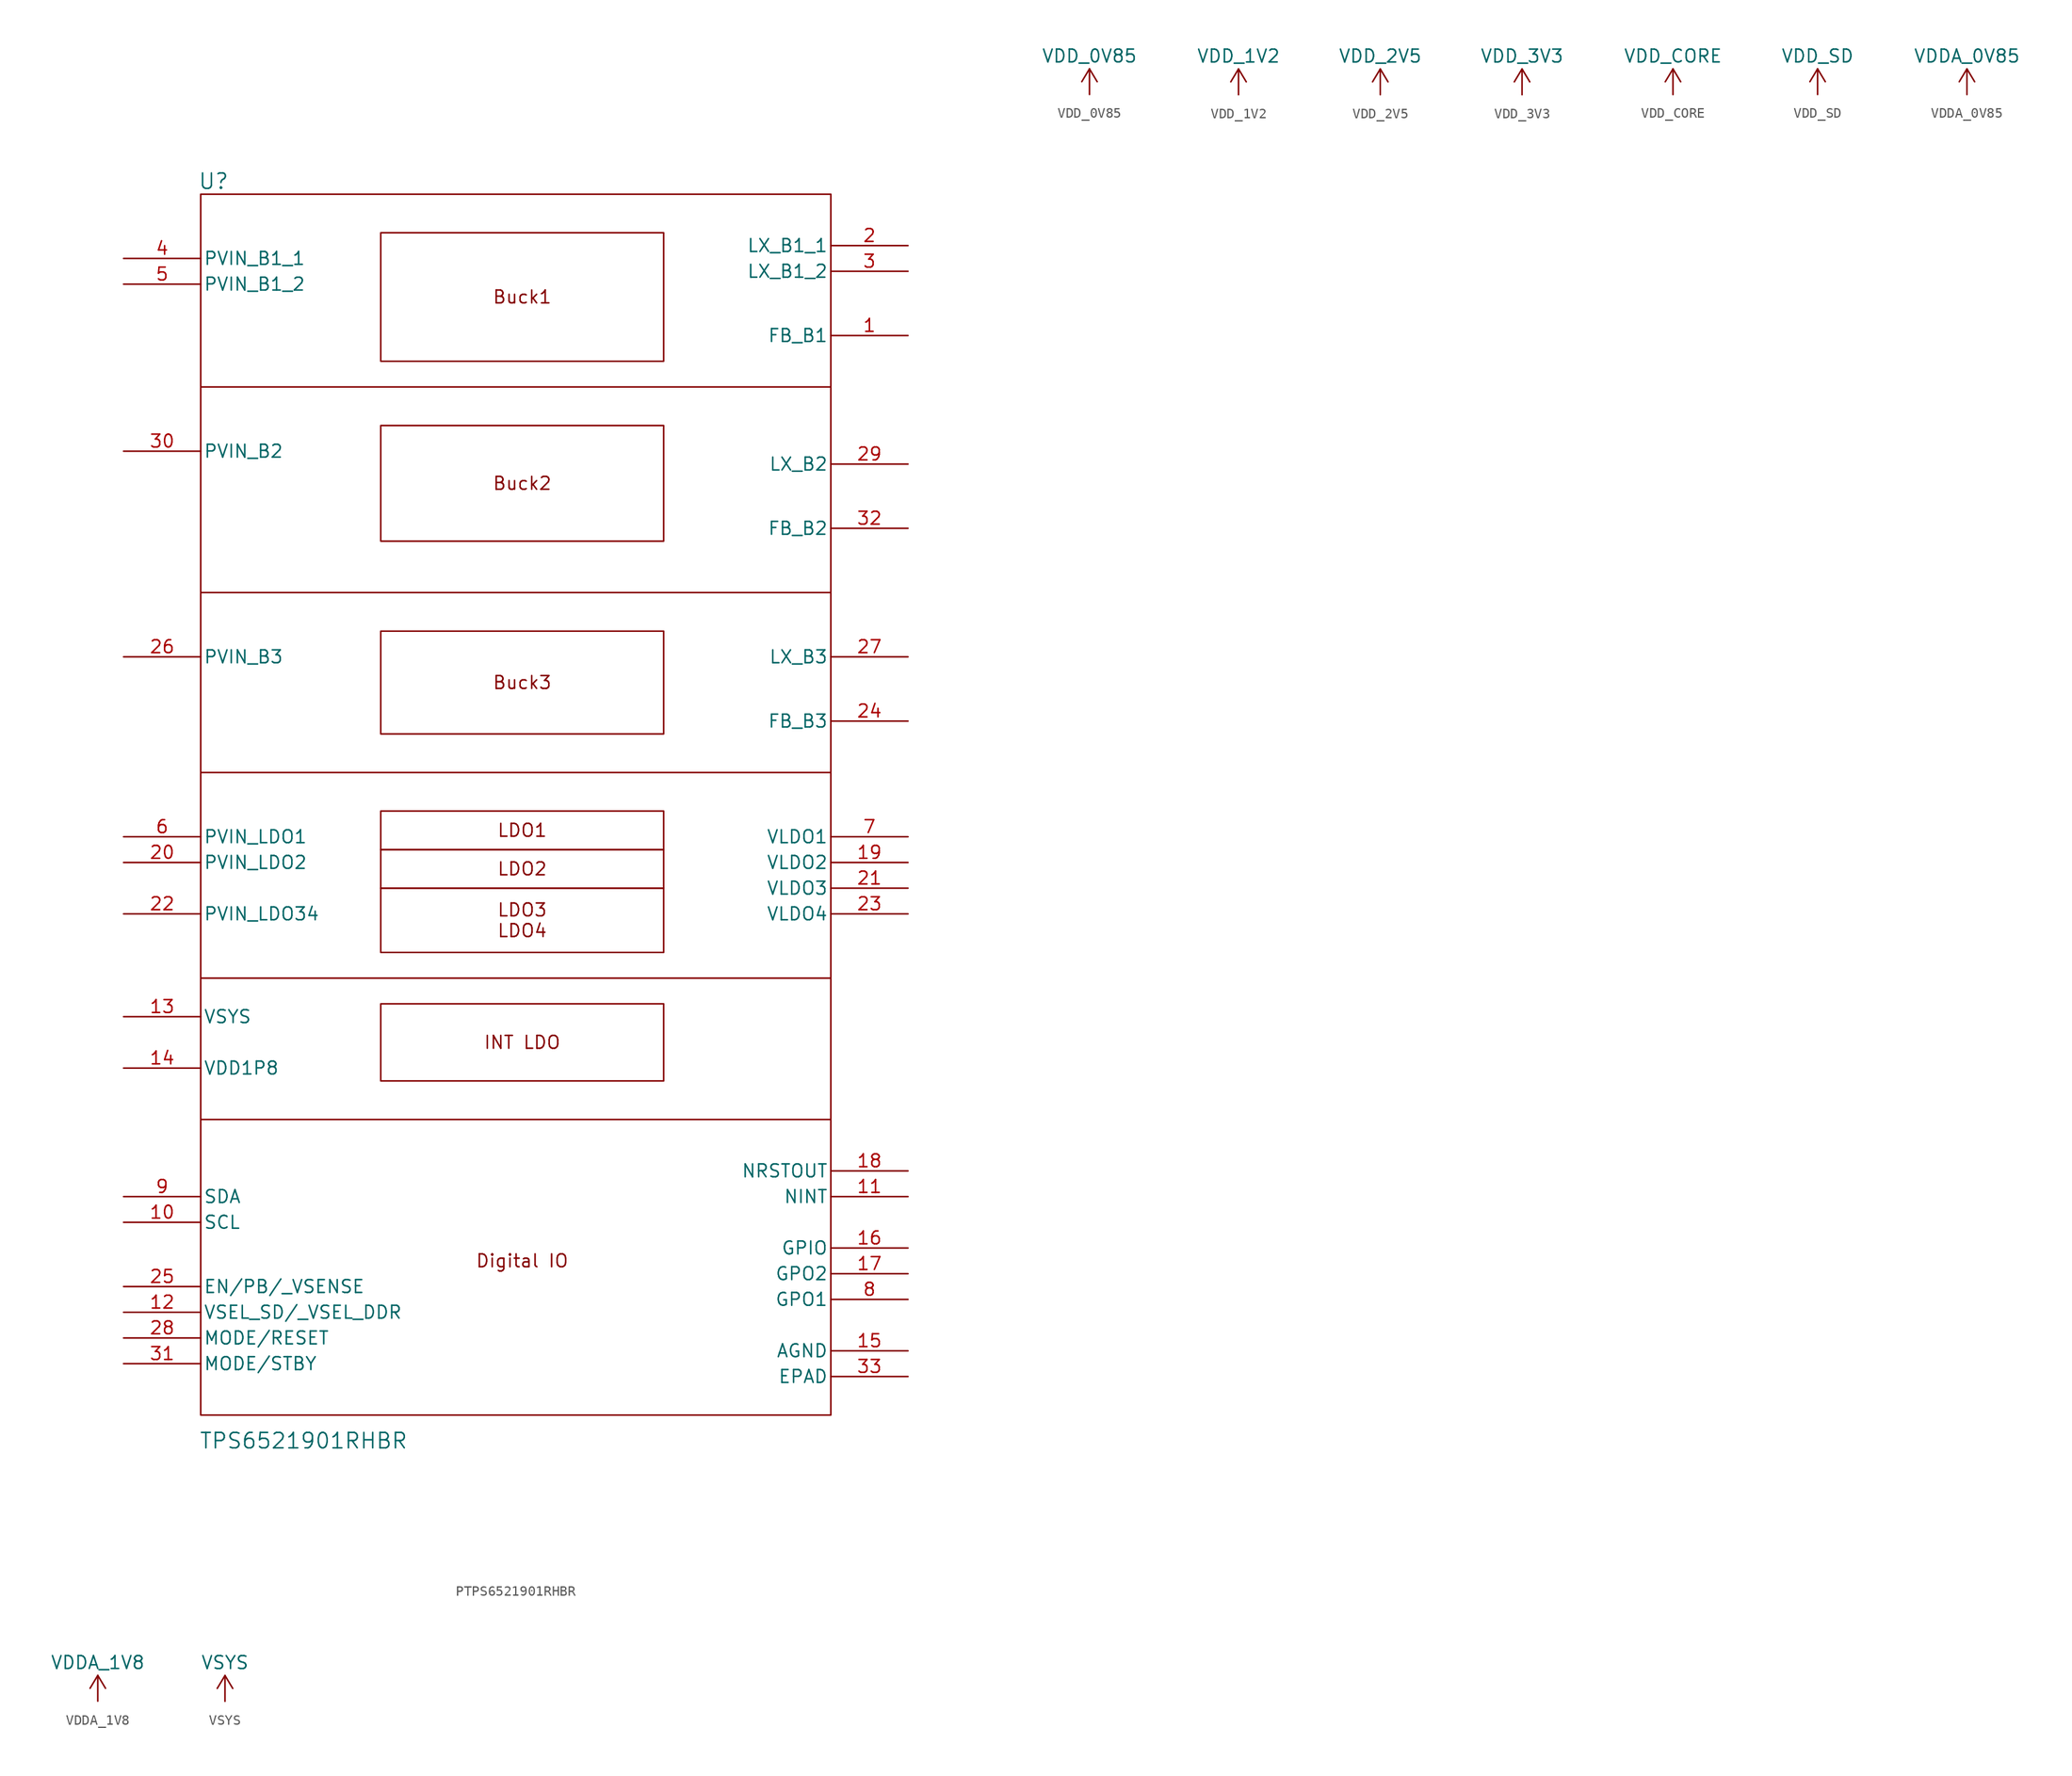
<source format=kicad_sym>
(kicad_symbol_lib
  (version 20220914)
  (generator kicad_symbol_editor)
  (symbol "PTPS6521901RHBR"
    (pin_names
      (offset 0.254))
    (property "Reference" "U"
      (at 16.51 3.81 0)
      (effects (font (size 1.524 1.524))))
    (property "Value" "TPS6521901RHBR"
      (at 25.4 -120.65 0)
      (effects (font (size 1.524 1.524))))
    (property "ki_locked" ""
      (at 0 0 0)
      (effects (font (size 1.27 1.27))))
    (symbol "PTPS6521901RHBR_0_0"
      (text_box "Buck1" (at 33.02 -1.27 0) (size 27.94 -12.7) (stroke (width 0) (type default)) (fill (type none)) (effects (font (size 1.27 1.27))))
      (text_box "Buck2\n" (at 33.02 -20.32 0) (size 27.94 -11.43) (stroke (width 0) (type default)) (fill (type none)) (effects (font (size 1.27 1.27))))
      (text_box "Buck3" (at 33.02 -40.64 0) (size 27.94 -10.16) (stroke (width 0) (type default)) (fill (type none)) (effects (font (size 1.27 1.27))))
      (text_box "INT LDO\n" (at 33.02 -77.47 0) (size 27.94 -7.62) (stroke (width 0) (type default)) (fill (type none)) (effects (font (size 1.27 1.27))))
      (text_box "LDO1\n" (at 33.02 -58.42 0) (size 27.94 -3.81) (stroke (width 0) (type default)) (fill (type none)) (effects (font (size 1.27 1.27))))
      (text_box "LDO2\n\n" (at 33.02 -62.23 0) (size 27.94 -3.81) (stroke (width 0) (type default)) (fill (type none)) (effects (font (size 1.27 1.27))))
      (text_box "LDO3\nLDO4\n" (at 33.02 -66.04 0) (size 27.94 -6.35) (stroke (width 0) (type default)) (fill (type none)) (effects (font (size 1.27 1.27)))))
    (symbol "PTPS6521901RHBR_0_1"
      (pin input line (at 85.09 -11.43 180) (length 7.62) (name "FB_B1" (effects (font (size 1.27 1.27)))) (number "1" (effects (font (size 1.27 1.27)))))
      (pin input line (at 7.62 -99.06 0) (length 7.62) (name "SCL" (effects (font (size 1.27 1.27)))) (number "10" (effects (font (size 1.27 1.27)))))
      (pin output line (at 85.09 -96.52 180) (length 7.62) (name "NINT" (effects (font (size 1.27 1.27)))) (number "11" (effects (font (size 1.27 1.27)))))
      (pin input line (at 7.62 -107.95 0) (length 7.62) (name "VSEL_SD/_VSEL_DDR" (effects (font (size 1.27 1.27)))) (number "12" (effects (font (size 1.27 1.27)))))
      (pin power_in line (at 7.62 -78.74 0) (length 7.62) (name "VSYS" (effects (font (size 1.27 1.27)))) (number "13" (effects (font (size 1.27 1.27)))))
      (pin power_in line (at 7.62 -83.82 0) (length 7.62) (name "VDD1P8" (effects (font (size 1.27 1.27)))) (number "14" (effects (font (size 1.27 1.27)))))
      (pin power_out line (at 85.09 -111.76 180) (length 7.62) (name "AGND" (effects (font (size 1.27 1.27)))) (number "15" (effects (font (size 1.27 1.27)))))
      (pin bidirectional line (at 85.09 -101.6 180) (length 7.62) (name "GPIO" (effects (font (size 1.27 1.27)))) (number "16" (effects (font (size 1.27 1.27)))))
      (pin output line (at 85.09 -104.14 180) (length 7.62) (name "GPO2" (effects (font (size 1.27 1.27)))) (number "17" (effects (font (size 1.27 1.27)))))
      (pin output line (at 85.09 -93.98 180) (length 7.62) (name "NRSTOUT" (effects (font (size 1.27 1.27)))) (number "18" (effects (font (size 1.27 1.27)))))
      (pin power_in line (at 85.09 -2.54 180) (length 7.62) (name "LX_B1_1" (effects (font (size 1.27 1.27)))) (number "2" (effects (font (size 1.27 1.27)))))
      (pin power_in line (at 7.62 -63.5 0) (length 7.62) (name "PVIN_LDO2" (effects (font (size 1.27 1.27)))) (number "20" (effects (font (size 1.27 1.27)))))
      (pin power_in line (at 7.62 -68.58 0) (length 7.62) (name "PVIN_LDO34" (effects (font (size 1.27 1.27)))) (number "22" (effects (font (size 1.27 1.27)))))
      (pin input line (at 85.09 -49.53 180) (length 7.62) (name "FB_B3" (effects (font (size 1.27 1.27)))) (number "24" (effects (font (size 1.27 1.27)))))
      (pin input line (at 7.62 -105.41 0) (length 7.62) (name "EN/PB/_VSENSE" (effects (font (size 1.27 1.27)))) (number "25" (effects (font (size 1.27 1.27)))))
      (pin power_in line (at 7.62 -43.18 0) (length 7.62) (name "PVIN_B3" (effects (font (size 1.27 1.27)))) (number "26" (effects (font (size 1.27 1.27)))))
      (pin power_in line (at 85.09 -43.18 180) (length 7.62) (name "LX_B3" (effects (font (size 1.27 1.27)))) (number "27" (effects (font (size 1.27 1.27)))))
      (pin input line (at 7.62 -110.49 0) (length 7.62) (name "MODE/RESET" (effects (font (size 1.27 1.27)))) (number "28" (effects (font (size 1.27 1.27)))))
      (pin power_in line (at 85.09 -24.13 180) (length 7.62) (name "LX_B2" (effects (font (size 1.27 1.27)))) (number "29" (effects (font (size 1.27 1.27)))))
      (pin power_in line (at 85.09 -5.08 180) (length 7.62) (name "LX_B1_2" (effects (font (size 1.27 1.27)))) (number "3" (effects (font (size 1.27 1.27)))))
      (pin power_in line (at 7.62 -22.86 0) (length 7.62) (name "PVIN_B2" (effects (font (size 1.27 1.27)))) (number "30" (effects (font (size 1.27 1.27)))))
      (pin input line (at 7.62 -113.03 0) (length 7.62) (name "MODE/STBY" (effects (font (size 1.27 1.27)))) (number "31" (effects (font (size 1.27 1.27)))))
      (pin input line (at 85.09 -30.48 180) (length 7.62) (name "FB_B2" (effects (font (size 1.27 1.27)))) (number "32" (effects (font (size 1.27 1.27)))))
      (pin power_out line (at 85.09 -114.3 180) (length 7.62) (name "EPAD" (effects (font (size 1.27 1.27)))) (number "33" (effects (font (size 1.27 1.27)))))
      (pin power_in line (at 7.62 -3.81 0) (length 7.62) (name "PVIN_B1_1" (effects (font (size 1.27 1.27)))) (number "4" (effects (font (size 1.27 1.27)))))
      (pin power_in line (at 7.62 -6.35 0) (length 7.62) (name "PVIN_B1_2" (effects (font (size 1.27 1.27)))) (number "5" (effects (font (size 1.27 1.27)))))
      (pin power_in line (at 7.62 -60.96 0) (length 7.62) (name "PVIN_LDO1" (effects (font (size 1.27 1.27)))) (number "6" (effects (font (size 1.27 1.27)))))
      (pin output line (at 85.09 -106.68 180) (length 7.62) (name "GPO1" (effects (font (size 1.27 1.27)))) (number "8" (effects (font (size 1.27 1.27)))))
      (pin bidirectional line (at 7.62 -96.52 0) (length 7.62) (name "SDA" (effects (font (size 1.27 1.27)))) (number "9" (effects (font (size 1.27 1.27))))))
    (symbol "PTPS6521901RHBR_1_0"
      (polyline (pts (xy 15.24 -88.9) (xy 77.47 -88.9)) (stroke (width 0) (type default)) (fill (type none)))
      (polyline (pts (xy 15.24 -54.61) (xy 77.47 -54.61)) (stroke (width 0) (type default)) (fill (type none)))
      (polyline (pts (xy 15.24 -36.83) (xy 77.47 -36.83)) (stroke (width 0) (type default)) (fill (type none)))
      (polyline (pts (xy 15.24 -16.51) (xy 77.47 -16.51)) (stroke (width 0) (type default)) (fill (type none)))
      (polyline (pts (xy 77.47 -74.93) (xy 15.24 -74.93)) (stroke (width 0) (type default)) (fill (type none)))
      (rectangle (start 15.24 2.54) (end 77.47 -118.11) (stroke (width 0) (type default)) (fill (type none)))
      (text "Digital IO" (at 46.99 -102.87 0) (effects (font (size 1.27 1.27)))))
    (symbol "PTPS6521901RHBR_1_1"
      (pin power_out line (at 85.09 -63.5 180) (length 7.62) (name "VLDO2" (effects (font (size 1.27 1.27)))) (number "19" (effects (font (size 1.27 1.27)))))
      (pin power_out line (at 85.09 -66.04 180) (length 7.62) (name "VLDO3" (effects (font (size 1.27 1.27)))) (number "21" (effects (font (size 1.27 1.27)))))
      (pin power_out line (at 85.09 -68.58 180) (length 7.62) (name "VLDO4" (effects (font (size 1.27 1.27)))) (number "23" (effects (font (size 1.27 1.27)))))
      (pin power_out line (at 85.09 -60.96 180) (length 7.62) (name "VLDO1" (effects (font (size 1.27 1.27)))) (number "7" (effects (font (size 1.27 1.27)))))))
  (symbol "VDD_0V85"
    (power)
    (pin_names
      (offset 0))
    (property "Reference" "#PWR"
      (at 0 -3.81 0)
      (effects (font (size 1.27 1.27)) hide))
    (property "Value" "VDD_0V85"
      (at 0 3.81 0)
      (effects (font (size 1.27 1.27))))
    (symbol "VDD_0V85_0_1"
      (polyline (pts (xy -0.762 1.27) (xy 0 2.54)) (stroke (width 0) (type default)) (fill (type none)))
      (polyline (pts (xy 0 0) (xy 0 2.54)) (stroke (width 0) (type default)) (fill (type none)))
      (polyline (pts (xy 0 2.54) (xy 0.762 1.27)) (stroke (width 0) (type default)) (fill (type none))))
    (symbol "VDD_0V85_1_1"
      (pin power_in line (at 0 0 90) (length 0) hide (name "VDD" (effects (font (size 1.27 1.27)))) (number "1" (effects (font (size 1.27 1.27)))))))
  (symbol "VDD_1V2"
    (power)
    (pin_names
      (offset 0))
    (property "Reference" "#PWR"
      (at 0 -3.81 0)
      (effects (font (size 1.27 1.27)) hide))
    (property "Value" "VDD_1V2"
      (at 0 3.81 0)
      (effects (font (size 1.27 1.27))))
    (symbol "VDD_1V2_0_1"
      (polyline (pts (xy -0.762 1.27) (xy 0 2.54)) (stroke (width 0) (type default)) (fill (type none)))
      (polyline (pts (xy 0 0) (xy 0 2.54)) (stroke (width 0) (type default)) (fill (type none)))
      (polyline (pts (xy 0 2.54) (xy 0.762 1.27)) (stroke (width 0) (type default)) (fill (type none))))
    (symbol "VDD_1V2_1_1"
      (pin power_in line (at 0 0 90) (length 0) hide (name "VDD" (effects (font (size 1.27 1.27)))) (number "1" (effects (font (size 1.27 1.27)))))))
  (symbol "VDD_2V5"
    (power)
    (pin_names
      (offset 0))
    (property "Reference" "#PWR"
      (at 0 -3.81 0)
      (effects (font (size 1.27 1.27)) hide))
    (property "Value" "VDD_2V5"
      (at 0 3.81 0)
      (effects (font (size 1.27 1.27))))
    (symbol "VDD_2V5_0_1"
      (polyline (pts (xy -0.762 1.27) (xy 0 2.54)) (stroke (width 0) (type default)) (fill (type none)))
      (polyline (pts (xy 0 0) (xy 0 2.54)) (stroke (width 0) (type default)) (fill (type none)))
      (polyline (pts (xy 0 2.54) (xy 0.762 1.27)) (stroke (width 0) (type default)) (fill (type none))))
    (symbol "VDD_2V5_1_1"
      (pin power_in line (at 0 0 90) (length 0) hide (name "VDD" (effects (font (size 1.27 1.27)))) (number "1" (effects (font (size 1.27 1.27)))))))
  (symbol "VDD_3V3"
    (power)
    (pin_names
      (offset 0))
    (property "Reference" "#PWR"
      (at 0 -3.81 0)
      (effects (font (size 1.27 1.27)) hide))
    (property "Value" "VDD_3V3"
      (at 0 3.81 0)
      (effects (font (size 1.27 1.27))))
    (symbol "VDD_3V3_0_1"
      (polyline (pts (xy -0.762 1.27) (xy 0 2.54)) (stroke (width 0) (type default)) (fill (type none)))
      (polyline (pts (xy 0 0) (xy 0 2.54)) (stroke (width 0) (type default)) (fill (type none)))
      (polyline (pts (xy 0 2.54) (xy 0.762 1.27)) (stroke (width 0) (type default)) (fill (type none))))
    (symbol "VDD_3V3_1_1"
      (pin power_in line (at 0 0 90) (length 0) hide (name "VDD" (effects (font (size 1.27 1.27)))) (number "1" (effects (font (size 1.27 1.27)))))))
  (symbol "VDD_CORE"
    (power)
    (pin_names
      (offset 0))
    (property "Reference" "#PWR"
      (at 0 -3.81 0)
      (effects (font (size 1.27 1.27)) hide))
    (property "Value" "VDD_CORE"
      (at 0 3.81 0)
      (effects (font (size 1.27 1.27))))
    (symbol "VDD_CORE_0_1"
      (polyline (pts (xy -0.762 1.27) (xy 0 2.54)) (stroke (width 0) (type default)) (fill (type none)))
      (polyline (pts (xy 0 0) (xy 0 2.54)) (stroke (width 0) (type default)) (fill (type none)))
      (polyline (pts (xy 0 2.54) (xy 0.762 1.27)) (stroke (width 0) (type default)) (fill (type none))))
    (symbol "VDD_CORE_1_1"
      (pin power_in line (at 0 0 90) (length 0) hide (name "VDD" (effects (font (size 1.27 1.27)))) (number "1" (effects (font (size 1.27 1.27)))))))
  (symbol "VDD_SD"
    (power)
    (pin_names
      (offset 0))
    (property "Reference" "#PWR"
      (at 0 -3.81 0)
      (effects (font (size 1.27 1.27)) hide))
    (property "Value" "VDD_SD"
      (at 0 3.81 0)
      (effects (font (size 1.27 1.27))))
    (symbol "VDD_SD_0_1"
      (polyline (pts (xy -0.762 1.27) (xy 0 2.54)) (stroke (width 0) (type default)) (fill (type none)))
      (polyline (pts (xy 0 0) (xy 0 2.54)) (stroke (width 0) (type default)) (fill (type none)))
      (polyline (pts (xy 0 2.54) (xy 0.762 1.27)) (stroke (width 0) (type default)) (fill (type none))))
    (symbol "VDD_SD_1_1"
      (pin power_in line (at 0 0 90) (length 0) hide (name "VDD" (effects (font (size 1.27 1.27)))) (number "1" (effects (font (size 1.27 1.27)))))))
  (symbol "VDDA_0V85"
    (power)
    (pin_names
      (offset 0))
    (property "Reference" "#PWR"
      (at 0 -3.81 0)
      (effects (font (size 1.27 1.27)) hide))
    (property "Value" "VDDA_0V85"
      (at 0 3.81 0)
      (effects (font (size 1.27 1.27))))
    (symbol "VDDA_0V85_0_1"
      (polyline (pts (xy -0.762 1.27) (xy 0 2.54)) (stroke (width 0) (type default)) (fill (type none)))
      (polyline (pts (xy 0 0) (xy 0 2.54)) (stroke (width 0) (type default)) (fill (type none)))
      (polyline (pts (xy 0 2.54) (xy 0.762 1.27)) (stroke (width 0) (type default)) (fill (type none))))
    (symbol "VDDA_0V85_1_1"
      (pin power_in line (at 0 0 90) (length 0) hide (name "VDD" (effects (font (size 1.27 1.27)))) (number "1" (effects (font (size 1.27 1.27)))))))
  (symbol "VDDA_1V8"
    (power)
    (pin_names
      (offset 0))
    (property "Reference" "#PWR"
      (at 0 -3.81 0)
      (effects (font (size 1.27 1.27)) hide))
    (property "Value" "VDDA_1V8"
      (at 0 3.81 0)
      (effects (font (size 1.27 1.27))))
    (symbol "VDDA_1V8_0_1"
      (polyline (pts (xy -0.762 1.27) (xy 0 2.54)) (stroke (width 0) (type default)) (fill (type none)))
      (polyline (pts (xy 0 0) (xy 0 2.54)) (stroke (width 0) (type default)) (fill (type none)))
      (polyline (pts (xy 0 2.54) (xy 0.762 1.27)) (stroke (width 0) (type default)) (fill (type none))))
    (symbol "VDDA_1V8_1_1"
      (pin power_in line (at 0 0 90) (length 0) hide (name "VDD" (effects (font (size 1.27 1.27)))) (number "1" (effects (font (size 1.27 1.27)))))))
  (symbol "VSYS"
    (power)
    (pin_names
      (offset 0))
    (property "Reference" "#PWR"
      (at 0 -3.81 0)
      (effects (font (size 1.27 1.27)) hide))
    (property "Value" "VSYS"
      (at 0 3.81 0)
      (effects (font (size 1.27 1.27))))
    (symbol "VSYS_0_1"
      (polyline (pts (xy -0.762 1.27) (xy 0 2.54)) (stroke (width 0) (type default)) (fill (type none)))
      (polyline (pts (xy 0 0) (xy 0 2.54)) (stroke (width 0) (type default)) (fill (type none)))
      (polyline (pts (xy 0 2.54) (xy 0.762 1.27)) (stroke (width 0) (type default)) (fill (type none))))
    (symbol "VSYS_1_1"
      (pin power_in line (at 0 0 90) (length 0) hide (name "VDD" (effects (font (size 1.27 1.27)))) (number "1" (effects (font (size 1.27 1.27))))))))
</source>
